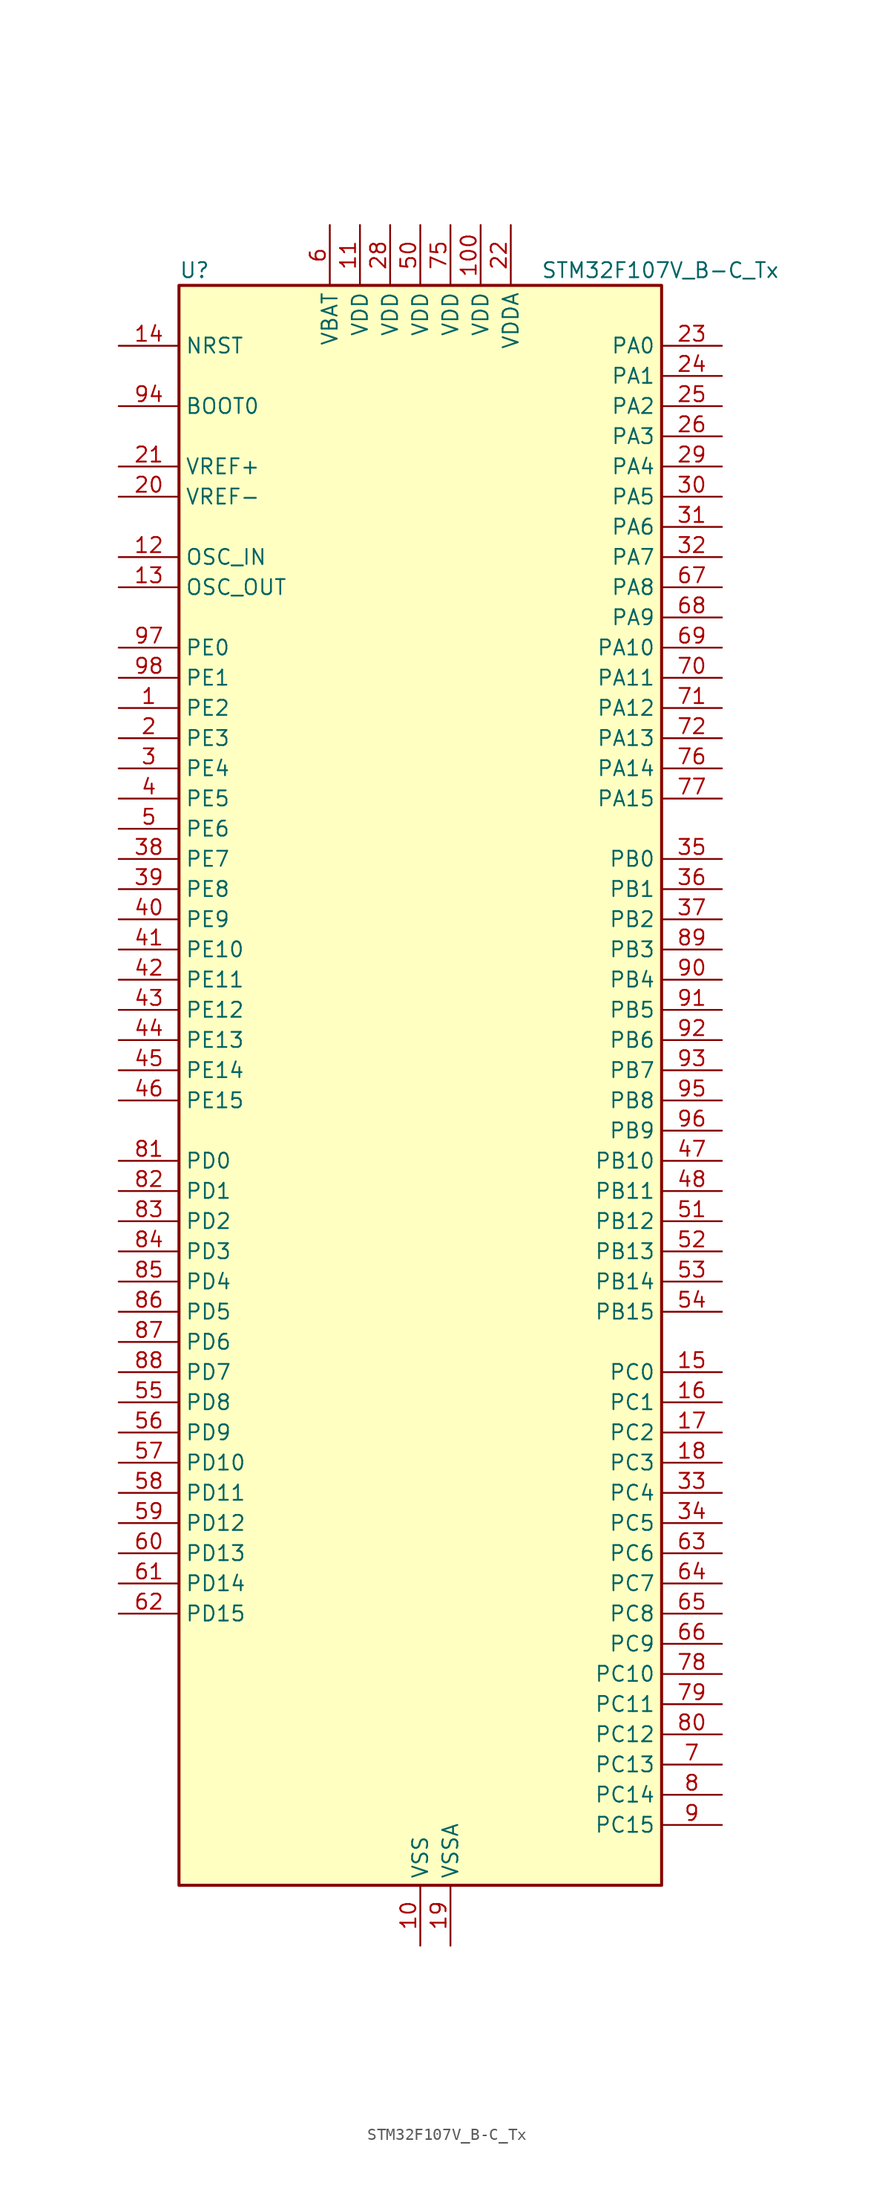
<source format=kicad_sym>
(kicad_symbol_lib
  (version 20241209)
  (generator "kicad_symbol_editor")
  (generator_version "9.0")
  (symbol "STM32F107V_B-C_Tx"
    (property "Reference" "U"
      (at -20.32 69.85 0)
      (effects (font (size 1.27 1.27)) (justify left)))
    (property "Value" "STM32F107V_B-C_Tx"
      (at 10.16 69.85 0)
      (effects (font (size 1.27 1.27)) (justify left)))
    (symbol "STM32F107V_B-C_Tx_0_1"
      (rectangle (start -20.32 -66.04) (end 20.32 68.58) (stroke (width 0.254) (type default)) (fill (type background))))
    (symbol "STM32F107V_B-C_Tx_1_1"
      (pin input line (at -25.4 63.5 0) (length 5.08) (name "NRST" (effects (font (size 1.27 1.27)))) (number "14" (effects (font (size 1.27 1.27)))))
      (pin input line (at -25.4 58.42 0) (length 5.08) (name "BOOT0" (effects (font (size 1.27 1.27)))) (number "94" (effects (font (size 1.27 1.27)))))
      (pin input line (at -25.4 53.34 0) (length 5.08) (name "VREF+" (effects (font (size 1.27 1.27)))) (number "21" (effects (font (size 1.27 1.27)))))
      (pin input line (at -25.4 50.8 0) (length 5.08) (name "VREF-" (effects (font (size 1.27 1.27)))) (number "20" (effects (font (size 1.27 1.27)))))
      (pin input line (at -25.4 45.72 0) (length 5.08) (name "OSC_IN" (effects (font (size 1.27 1.27)))) (number "12" (effects (font (size 1.27 1.27)))) (alternate "RCC_OSC_IN" bidirectional line))
      (pin input line (at -25.4 43.18 0) (length 5.08) (name "OSC_OUT" (effects (font (size 1.27 1.27)))) (number "13" (effects (font (size 1.27 1.27)))) (alternate "RCC_OSC_OUT" bidirectional line))
      (pin bidirectional line (at -25.4 38.1 0) (length 5.08) (name "PE0" (effects (font (size 1.27 1.27)))) (number "97" (effects (font (size 1.27 1.27)))) (alternate "TIM4_ETR" bidirectional line))
      (pin bidirectional line (at -25.4 35.56 0) (length 5.08) (name "PE1" (effects (font (size 1.27 1.27)))) (number "98" (effects (font (size 1.27 1.27)))))
      (pin bidirectional line (at -25.4 33.02 0) (length 5.08) (name "PE2" (effects (font (size 1.27 1.27)))) (number "1" (effects (font (size 1.27 1.27)))) (alternate "SYS_TRACECLK" bidirectional line))
      (pin bidirectional line (at -25.4 30.48 0) (length 5.08) (name "PE3" (effects (font (size 1.27 1.27)))) (number "2" (effects (font (size 1.27 1.27)))) (alternate "SYS_TRACED0" bidirectional line))
      (pin bidirectional line (at -25.4 27.94 0) (length 5.08) (name "PE4" (effects (font (size 1.27 1.27)))) (number "3" (effects (font (size 1.27 1.27)))) (alternate "SYS_TRACED1" bidirectional line))
      (pin bidirectional line (at -25.4 25.4 0) (length 5.08) (name "PE5" (effects (font (size 1.27 1.27)))) (number "4" (effects (font (size 1.27 1.27)))) (alternate "SYS_TRACED2" bidirectional line))
      (pin bidirectional line (at -25.4 22.86 0) (length 5.08) (name "PE6" (effects (font (size 1.27 1.27)))) (number "5" (effects (font (size 1.27 1.27)))) (alternate "SYS_TRACED3" bidirectional line))
      (pin bidirectional line (at -25.4 20.32 0) (length 5.08) (name "PE7" (effects (font (size 1.27 1.27)))) (number "38" (effects (font (size 1.27 1.27)))) (alternate "TIM1_ETR" bidirectional line))
      (pin bidirectional line (at -25.4 17.78 0) (length 5.08) (name "PE8" (effects (font (size 1.27 1.27)))) (number "39" (effects (font (size 1.27 1.27)))) (alternate "TIM1_CH1N" bidirectional line))
      (pin bidirectional line (at -25.4 15.24 0) (length 5.08) (name "PE9" (effects (font (size 1.27 1.27)))) (number "40" (effects (font (size 1.27 1.27)))) (alternate "DAC_EXTI9" bidirectional line) (alternate "TIM1_CH1" bidirectional line))
      (pin bidirectional line (at -25.4 12.7 0) (length 5.08) (name "PE10" (effects (font (size 1.27 1.27)))) (number "41" (effects (font (size 1.27 1.27)))) (alternate "TIM1_CH2N" bidirectional line))
      (pin bidirectional line (at -25.4 10.16 0) (length 5.08) (name "PE11" (effects (font (size 1.27 1.27)))) (number "42" (effects (font (size 1.27 1.27)))) (alternate "ADC1_EXTI11" bidirectional line) (alternate "ADC2_EXTI11" bidirectional line) (alternate "TIM1_CH2" bidirectional line))
      (pin bidirectional line (at -25.4 7.62 0) (length 5.08) (name "PE12" (effects (font (size 1.27 1.27)))) (number "43" (effects (font (size 1.27 1.27)))) (alternate "TIM1_CH3N" bidirectional line))
      (pin bidirectional line (at -25.4 5.08 0) (length 5.08) (name "PE13" (effects (font (size 1.27 1.27)))) (number "44" (effects (font (size 1.27 1.27)))) (alternate "TIM1_CH3" bidirectional line))
      (pin bidirectional line (at -25.4 2.54 0) (length 5.08) (name "PE14" (effects (font (size 1.27 1.27)))) (number "45" (effects (font (size 1.27 1.27)))) (alternate "TIM1_CH4" bidirectional line))
      (pin bidirectional line (at -25.4 0 0) (length 5.08) (name "PE15" (effects (font (size 1.27 1.27)))) (number "46" (effects (font (size 1.27 1.27)))) (alternate "ADC1_EXTI15" bidirectional line) (alternate "ADC2_EXTI15" bidirectional line) (alternate "TIM1_BKIN" bidirectional line))
      (pin bidirectional line (at -25.4 -5.08 0) (length 5.08) (name "PD0" (effects (font (size 1.27 1.27)))) (number "81" (effects (font (size 1.27 1.27)))) (alternate "CAN1_RX" bidirectional line))
      (pin bidirectional line (at -25.4 -7.62 0) (length 5.08) (name "PD1" (effects (font (size 1.27 1.27)))) (number "82" (effects (font (size 1.27 1.27)))) (alternate "CAN1_TX" bidirectional line))
      (pin bidirectional line (at -25.4 -10.16 0) (length 5.08) (name "PD2" (effects (font (size 1.27 1.27)))) (number "83" (effects (font (size 1.27 1.27)))) (alternate "TIM3_ETR" bidirectional line) (alternate "UART5_RX" bidirectional line))
      (pin bidirectional line (at -25.4 -12.7 0) (length 5.08) (name "PD3" (effects (font (size 1.27 1.27)))) (number "84" (effects (font (size 1.27 1.27)))) (alternate "USART2_CTS" bidirectional line))
      (pin bidirectional line (at -25.4 -15.24 0) (length 5.08) (name "PD4" (effects (font (size 1.27 1.27)))) (number "85" (effects (font (size 1.27 1.27)))) (alternate "USART2_RTS" bidirectional line))
      (pin bidirectional line (at -25.4 -17.78 0) (length 5.08) (name "PD5" (effects (font (size 1.27 1.27)))) (number "86" (effects (font (size 1.27 1.27)))) (alternate "USART2_TX" bidirectional line))
      (pin bidirectional line (at -25.4 -20.32 0) (length 5.08) (name "PD6" (effects (font (size 1.27 1.27)))) (number "87" (effects (font (size 1.27 1.27)))) (alternate "USART2_RX" bidirectional line))
      (pin bidirectional line (at -25.4 -22.86 0) (length 5.08) (name "PD7" (effects (font (size 1.27 1.27)))) (number "88" (effects (font (size 1.27 1.27)))) (alternate "USART2_CK" bidirectional line))
      (pin bidirectional line (at -25.4 -25.4 0) (length 5.08) (name "PD8" (effects (font (size 1.27 1.27)))) (number "55" (effects (font (size 1.27 1.27)))) (alternate "ETH_CRS_DV" bidirectional line) (alternate "ETH_RX_DV" bidirectional line) (alternate "USART3_TX" bidirectional line))
      (pin bidirectional line (at -25.4 -27.94 0) (length 5.08) (name "PD9" (effects (font (size 1.27 1.27)))) (number "56" (effects (font (size 1.27 1.27)))) (alternate "DAC_EXTI9" bidirectional line) (alternate "ETH_RXD0" bidirectional line) (alternate "USART3_RX" bidirectional line))
      (pin bidirectional line (at -25.4 -30.48 0) (length 5.08) (name "PD10" (effects (font (size 1.27 1.27)))) (number "57" (effects (font (size 1.27 1.27)))) (alternate "ETH_RXD1" bidirectional line) (alternate "USART3_CK" bidirectional line))
      (pin bidirectional line (at -25.4 -33.02 0) (length 5.08) (name "PD11" (effects (font (size 1.27 1.27)))) (number "58" (effects (font (size 1.27 1.27)))) (alternate "ADC1_EXTI11" bidirectional line) (alternate "ADC2_EXTI11" bidirectional line) (alternate "ETH_RXD2" bidirectional line) (alternate "USART3_CTS" bidirectional line))
      (pin bidirectional line (at -25.4 -35.56 0) (length 5.08) (name "PD12" (effects (font (size 1.27 1.27)))) (number "59" (effects (font (size 1.27 1.27)))) (alternate "ETH_RXD3" bidirectional line) (alternate "TIM4_CH1" bidirectional line) (alternate "USART3_RTS" bidirectional line))
      (pin bidirectional line (at -25.4 -38.1 0) (length 5.08) (name "PD13" (effects (font (size 1.27 1.27)))) (number "60" (effects (font (size 1.27 1.27)))) (alternate "TIM4_CH2" bidirectional line))
      (pin bidirectional line (at -25.4 -40.64 0) (length 5.08) (name "PD14" (effects (font (size 1.27 1.27)))) (number "61" (effects (font (size 1.27 1.27)))) (alternate "TIM4_CH3" bidirectional line))
      (pin bidirectional line (at -25.4 -43.18 0) (length 5.08) (name "PD15" (effects (font (size 1.27 1.27)))) (number "62" (effects (font (size 1.27 1.27)))) (alternate "ADC1_EXTI15" bidirectional line) (alternate "ADC2_EXTI15" bidirectional line) (alternate "TIM4_CH4" bidirectional line))
      (pin no_connect line (at -20.32 -66.04 0) (length 5.08) (hide yes) (name "NC" (effects (font (size 1.27 1.27)))) (number "73" (effects (font (size 1.27 1.27)))))
      (pin power_in line (at -7.62 73.66 270) (length 5.08) (name "VBAT" (effects (font (size 1.27 1.27)))) (number "6" (effects (font (size 1.27 1.27)))))
      (pin power_in line (at -5.08 73.66 270) (length 5.08) (name "VDD" (effects (font (size 1.27 1.27)))) (number "11" (effects (font (size 1.27 1.27)))))
      (pin power_in line (at -2.54 73.66 270) (length 5.08) (name "VDD" (effects (font (size 1.27 1.27)))) (number "28" (effects (font (size 1.27 1.27)))))
      (pin power_in line (at 0 73.66 270) (length 5.08) (name "VDD" (effects (font (size 1.27 1.27)))) (number "50" (effects (font (size 1.27 1.27)))))
      (pin power_in line (at 0 -71.12 90) (length 5.08) (name "VSS" (effects (font (size 1.27 1.27)))) (number "10" (effects (font (size 1.27 1.27)))))
      (pin passive line (at 0 -71.12 90) (length 5.08) (hide yes) (name "VSS" (effects (font (size 1.27 1.27)))) (number "27" (effects (font (size 1.27 1.27)))))
      (pin passive line (at 0 -71.12 90) (length 5.08) (hide yes) (name "VSS" (effects (font (size 1.27 1.27)))) (number "49" (effects (font (size 1.27 1.27)))))
      (pin passive line (at 0 -71.12 90) (length 5.08) (hide yes) (name "VSS" (effects (font (size 1.27 1.27)))) (number "74" (effects (font (size 1.27 1.27)))))
      (pin passive line (at 0 -71.12 90) (length 5.08) (hide yes) (name "VSS" (effects (font (size 1.27 1.27)))) (number "99" (effects (font (size 1.27 1.27)))))
      (pin power_in line (at 2.54 73.66 270) (length 5.08) (name "VDD" (effects (font (size 1.27 1.27)))) (number "75" (effects (font (size 1.27 1.27)))))
      (pin power_in line (at 2.54 -71.12 90) (length 5.08) (name "VSSA" (effects (font (size 1.27 1.27)))) (number "19" (effects (font (size 1.27 1.27)))))
      (pin power_in line (at 5.08 73.66 270) (length 5.08) (name "VDD" (effects (font (size 1.27 1.27)))) (number "100" (effects (font (size 1.27 1.27)))))
      (pin power_in line (at 7.62 73.66 270) (length 5.08) (name "VDDA" (effects (font (size 1.27 1.27)))) (number "22" (effects (font (size 1.27 1.27)))))
      (pin bidirectional line (at 25.4 63.5 180) (length 5.08) (name "PA0" (effects (font (size 1.27 1.27)))) (number "23" (effects (font (size 1.27 1.27)))) (alternate "ADC1_IN0" bidirectional line) (alternate "ADC2_IN0" bidirectional line) (alternate "ETH_CRS" bidirectional line) (alternate "SYS_WKUP" bidirectional line) (alternate "TIM2_CH1" bidirectional line) (alternate "TIM2_ETR" bidirectional line) (alternate "TIM5_CH1" bidirectional line) (alternate "USART2_CTS" bidirectional line))
      (pin bidirectional line (at 25.4 60.96 180) (length 5.08) (name "PA1" (effects (font (size 1.27 1.27)))) (number "24" (effects (font (size 1.27 1.27)))) (alternate "ADC1_IN1" bidirectional line) (alternate "ADC2_IN1" bidirectional line) (alternate "ETH_REF_CLK" bidirectional line) (alternate "ETH_RX_CLK" bidirectional line) (alternate "TIM2_CH2" bidirectional line) (alternate "TIM5_CH2" bidirectional line) (alternate "USART2_RTS" bidirectional line))
      (pin bidirectional line (at 25.4 58.42 180) (length 5.08) (name "PA2" (effects (font (size 1.27 1.27)))) (number "25" (effects (font (size 1.27 1.27)))) (alternate "ADC1_IN2" bidirectional line) (alternate "ADC2_IN2" bidirectional line) (alternate "ETH_MDIO" bidirectional line) (alternate "TIM2_CH3" bidirectional line) (alternate "TIM5_CH3" bidirectional line) (alternate "USART2_TX" bidirectional line))
      (pin bidirectional line (at 25.4 55.88 180) (length 5.08) (name "PA3" (effects (font (size 1.27 1.27)))) (number "26" (effects (font (size 1.27 1.27)))) (alternate "ADC1_IN3" bidirectional line) (alternate "ADC2_IN3" bidirectional line) (alternate "ETH_COL" bidirectional line) (alternate "TIM2_CH4" bidirectional line) (alternate "TIM5_CH4" bidirectional line) (alternate "USART2_RX" bidirectional line))
      (pin bidirectional line (at 25.4 53.34 180) (length 5.08) (name "PA4" (effects (font (size 1.27 1.27)))) (number "29" (effects (font (size 1.27 1.27)))) (alternate "ADC1_IN4" bidirectional line) (alternate "ADC2_IN4" bidirectional line) (alternate "DAC_OUT1" bidirectional line) (alternate "I2S3_WS" bidirectional line) (alternate "SPI1_NSS" bidirectional line) (alternate "SPI3_NSS" bidirectional line) (alternate "USART2_CK" bidirectional line))
      (pin bidirectional line (at 25.4 50.8 180) (length 5.08) (name "PA5" (effects (font (size 1.27 1.27)))) (number "30" (effects (font (size 1.27 1.27)))) (alternate "ADC1_IN5" bidirectional line) (alternate "ADC2_IN5" bidirectional line) (alternate "DAC_OUT2" bidirectional line) (alternate "SPI1_SCK" bidirectional line))
      (pin bidirectional line (at 25.4 48.26 180) (length 5.08) (name "PA6" (effects (font (size 1.27 1.27)))) (number "31" (effects (font (size 1.27 1.27)))) (alternate "ADC1_IN6" bidirectional line) (alternate "ADC2_IN6" bidirectional line) (alternate "SPI1_MISO" bidirectional line) (alternate "TIM1_BKIN" bidirectional line) (alternate "TIM3_CH1" bidirectional line))
      (pin bidirectional line (at 25.4 45.72 180) (length 5.08) (name "PA7" (effects (font (size 1.27 1.27)))) (number "32" (effects (font (size 1.27 1.27)))) (alternate "ADC1_IN7" bidirectional line) (alternate "ADC2_IN7" bidirectional line) (alternate "ETH_CRS_DV" bidirectional line) (alternate "ETH_RX_DV" bidirectional line) (alternate "SPI1_MOSI" bidirectional line) (alternate "TIM1_CH1N" bidirectional line) (alternate "TIM3_CH2" bidirectional line))
      (pin bidirectional line (at 25.4 43.18 180) (length 5.08) (name "PA8" (effects (font (size 1.27 1.27)))) (number "67" (effects (font (size 1.27 1.27)))) (alternate "RCC_MCO" bidirectional line) (alternate "TIM1_CH1" bidirectional line) (alternate "USART1_CK" bidirectional line) (alternate "USB_OTG_FS_SOF" bidirectional line))
      (pin bidirectional line (at 25.4 40.64 180) (length 5.08) (name "PA9" (effects (font (size 1.27 1.27)))) (number "68" (effects (font (size 1.27 1.27)))) (alternate "DAC_EXTI9" bidirectional line) (alternate "TIM1_CH2" bidirectional line) (alternate "USART1_TX" bidirectional line) (alternate "USB_OTG_FS_VBUS" bidirectional line))
      (pin bidirectional line (at 25.4 38.1 180) (length 5.08) (name "PA10" (effects (font (size 1.27 1.27)))) (number "69" (effects (font (size 1.27 1.27)))) (alternate "TIM1_CH3" bidirectional line) (alternate "USART1_RX" bidirectional line) (alternate "USB_OTG_FS_ID" bidirectional line))
      (pin bidirectional line (at 25.4 35.56 180) (length 5.08) (name "PA11" (effects (font (size 1.27 1.27)))) (number "70" (effects (font (size 1.27 1.27)))) (alternate "ADC1_EXTI11" bidirectional line) (alternate "ADC2_EXTI11" bidirectional line) (alternate "CAN1_RX" bidirectional line) (alternate "TIM1_CH4" bidirectional line) (alternate "USART1_CTS" bidirectional line) (alternate "USB_OTG_FS_DM" bidirectional line))
      (pin bidirectional line (at 25.4 33.02 180) (length 5.08) (name "PA12" (effects (font (size 1.27 1.27)))) (number "71" (effects (font (size 1.27 1.27)))) (alternate "CAN1_TX" bidirectional line) (alternate "TIM1_ETR" bidirectional line) (alternate "USART1_RTS" bidirectional line) (alternate "USB_OTG_FS_DP" bidirectional line))
      (pin bidirectional line (at 25.4 30.48 180) (length 5.08) (name "PA13" (effects (font (size 1.27 1.27)))) (number "72" (effects (font (size 1.27 1.27)))) (alternate "SYS_JTMS-SWDIO" bidirectional line))
      (pin bidirectional line (at 25.4 27.94 180) (length 5.08) (name "PA14" (effects (font (size 1.27 1.27)))) (number "76" (effects (font (size 1.27 1.27)))) (alternate "SYS_JTCK-SWCLK" bidirectional line))
      (pin bidirectional line (at 25.4 25.4 180) (length 5.08) (name "PA15" (effects (font (size 1.27 1.27)))) (number "77" (effects (font (size 1.27 1.27)))) (alternate "ADC1_EXTI15" bidirectional line) (alternate "ADC2_EXTI15" bidirectional line) (alternate "I2S3_WS" bidirectional line) (alternate "SPI1_NSS" bidirectional line) (alternate "SPI3_NSS" bidirectional line) (alternate "SYS_JTDI" bidirectional line) (alternate "TIM2_CH1" bidirectional line) (alternate "TIM2_ETR" bidirectional line))
      (pin bidirectional line (at 25.4 20.32 180) (length 5.08) (name "PB0" (effects (font (size 1.27 1.27)))) (number "35" (effects (font (size 1.27 1.27)))) (alternate "ADC1_IN8" bidirectional line) (alternate "ADC2_IN8" bidirectional line) (alternate "ETH_RXD2" bidirectional line) (alternate "TIM1_CH2N" bidirectional line) (alternate "TIM3_CH3" bidirectional line))
      (pin bidirectional line (at 25.4 17.78 180) (length 5.08) (name "PB1" (effects (font (size 1.27 1.27)))) (number "36" (effects (font (size 1.27 1.27)))) (alternate "ADC1_IN9" bidirectional line) (alternate "ADC2_IN9" bidirectional line) (alternate "ETH_RXD3" bidirectional line) (alternate "TIM1_CH3N" bidirectional line) (alternate "TIM3_CH4" bidirectional line))
      (pin bidirectional line (at 25.4 15.24 180) (length 5.08) (name "PB2" (effects (font (size 1.27 1.27)))) (number "37" (effects (font (size 1.27 1.27)))))
      (pin bidirectional line (at 25.4 12.7 180) (length 5.08) (name "PB3" (effects (font (size 1.27 1.27)))) (number "89" (effects (font (size 1.27 1.27)))) (alternate "I2S3_CK" bidirectional line) (alternate "SPI1_SCK" bidirectional line) (alternate "SPI3_SCK" bidirectional line) (alternate "SYS_JTDO" bidirectional line) (alternate "SYS_TRACESWO" bidirectional line) (alternate "TIM2_CH2" bidirectional line))
      (pin bidirectional line (at 25.4 10.16 180) (length 5.08) (name "PB4" (effects (font (size 1.27 1.27)))) (number "90" (effects (font (size 1.27 1.27)))) (alternate "SPI1_MISO" bidirectional line) (alternate "SPI3_MISO" bidirectional line) (alternate "SYS_NJTRST" bidirectional line) (alternate "TIM3_CH1" bidirectional line))
      (pin bidirectional line (at 25.4 7.62 180) (length 5.08) (name "PB5" (effects (font (size 1.27 1.27)))) (number "91" (effects (font (size 1.27 1.27)))) (alternate "CAN2_RX" bidirectional line) (alternate "ETH_PPS_OUT" bidirectional line) (alternate "I2C1_SMBA" bidirectional line) (alternate "I2S3_SD" bidirectional line) (alternate "SPI1_MOSI" bidirectional line) (alternate "SPI3_MOSI" bidirectional line) (alternate "TIM3_CH2" bidirectional line))
      (pin bidirectional line (at 25.4 5.08 180) (length 5.08) (name "PB6" (effects (font (size 1.27 1.27)))) (number "92" (effects (font (size 1.27 1.27)))) (alternate "CAN2_TX" bidirectional line) (alternate "I2C1_SCL" bidirectional line) (alternate "TIM4_CH1" bidirectional line) (alternate "USART1_TX" bidirectional line))
      (pin bidirectional line (at 25.4 2.54 180) (length 5.08) (name "PB7" (effects (font (size 1.27 1.27)))) (number "93" (effects (font (size 1.27 1.27)))) (alternate "I2C1_SDA" bidirectional line) (alternate "TIM4_CH2" bidirectional line) (alternate "USART1_RX" bidirectional line))
      (pin bidirectional line (at 25.4 0 180) (length 5.08) (name "PB8" (effects (font (size 1.27 1.27)))) (number "95" (effects (font (size 1.27 1.27)))) (alternate "CAN1_RX" bidirectional line) (alternate "ETH_TXD3" bidirectional line) (alternate "I2C1_SCL" bidirectional line) (alternate "TIM4_CH3" bidirectional line))
      (pin bidirectional line (at 25.4 -2.54 180) (length 5.08) (name "PB9" (effects (font (size 1.27 1.27)))) (number "96" (effects (font (size 1.27 1.27)))) (alternate "CAN1_TX" bidirectional line) (alternate "DAC_EXTI9" bidirectional line) (alternate "I2C1_SDA" bidirectional line) (alternate "TIM4_CH4" bidirectional line))
      (pin bidirectional line (at 25.4 -5.08 180) (length 5.08) (name "PB10" (effects (font (size 1.27 1.27)))) (number "47" (effects (font (size 1.27 1.27)))) (alternate "ETH_RX_ER" bidirectional line) (alternate "TIM2_CH3" bidirectional line) (alternate "USART3_TX" bidirectional line))
      (pin bidirectional line (at 25.4 -7.62 180) (length 5.08) (name "PB11" (effects (font (size 1.27 1.27)))) (number "48" (effects (font (size 1.27 1.27)))) (alternate "ADC1_EXTI11" bidirectional line) (alternate "ADC2_EXTI11" bidirectional line) (alternate "ETH_TX_EN" bidirectional line) (alternate "TIM2_CH4" bidirectional line) (alternate "USART3_RX" bidirectional line))
      (pin bidirectional line (at 25.4 -10.16 180) (length 5.08) (name "PB12" (effects (font (size 1.27 1.27)))) (number "51" (effects (font (size 1.27 1.27)))) (alternate "CAN2_RX" bidirectional line) (alternate "ETH_TXD0" bidirectional line) (alternate "I2S2_WS" bidirectional line) (alternate "SPI2_NSS" bidirectional line) (alternate "TIM1_BKIN" bidirectional line) (alternate "USART3_CK" bidirectional line))
      (pin bidirectional line (at 25.4 -12.7 180) (length 5.08) (name "PB13" (effects (font (size 1.27 1.27)))) (number "52" (effects (font (size 1.27 1.27)))) (alternate "CAN2_TX" bidirectional line) (alternate "ETH_TXD1" bidirectional line) (alternate "I2S2_CK" bidirectional line) (alternate "SPI2_SCK" bidirectional line) (alternate "TIM1_CH1N" bidirectional line) (alternate "USART3_CTS" bidirectional line))
      (pin bidirectional line (at 25.4 -15.24 180) (length 5.08) (name "PB14" (effects (font (size 1.27 1.27)))) (number "53" (effects (font (size 1.27 1.27)))) (alternate "SPI2_MISO" bidirectional line) (alternate "TIM1_CH2N" bidirectional line) (alternate "USART3_RTS" bidirectional line))
      (pin bidirectional line (at 25.4 -17.78 180) (length 5.08) (name "PB15" (effects (font (size 1.27 1.27)))) (number "54" (effects (font (size 1.27 1.27)))) (alternate "ADC1_EXTI15" bidirectional line) (alternate "ADC2_EXTI15" bidirectional line) (alternate "I2S2_SD" bidirectional line) (alternate "SPI2_MOSI" bidirectional line) (alternate "TIM1_CH3N" bidirectional line))
      (pin bidirectional line (at 25.4 -22.86 180) (length 5.08) (name "PC0" (effects (font (size 1.27 1.27)))) (number "15" (effects (font (size 1.27 1.27)))) (alternate "ADC1_IN10" bidirectional line) (alternate "ADC2_IN10" bidirectional line))
      (pin bidirectional line (at 25.4 -25.4 180) (length 5.08) (name "PC1" (effects (font (size 1.27 1.27)))) (number "16" (effects (font (size 1.27 1.27)))) (alternate "ADC1_IN11" bidirectional line) (alternate "ADC2_IN11" bidirectional line) (alternate "ETH_MDC" bidirectional line))
      (pin bidirectional line (at 25.4 -27.94 180) (length 5.08) (name "PC2" (effects (font (size 1.27 1.27)))) (number "17" (effects (font (size 1.27 1.27)))) (alternate "ADC1_IN12" bidirectional line) (alternate "ADC2_IN12" bidirectional line) (alternate "ETH_TXD2" bidirectional line))
      (pin bidirectional line (at 25.4 -30.48 180) (length 5.08) (name "PC3" (effects (font (size 1.27 1.27)))) (number "18" (effects (font (size 1.27 1.27)))) (alternate "ADC1_IN13" bidirectional line) (alternate "ADC2_IN13" bidirectional line) (alternate "ETH_TX_CLK" bidirectional line))
      (pin bidirectional line (at 25.4 -33.02 180) (length 5.08) (name "PC4" (effects (font (size 1.27 1.27)))) (number "33" (effects (font (size 1.27 1.27)))) (alternate "ADC1_IN14" bidirectional line) (alternate "ADC2_IN14" bidirectional line) (alternate "ETH_RXD0" bidirectional line))
      (pin bidirectional line (at 25.4 -35.56 180) (length 5.08) (name "PC5" (effects (font (size 1.27 1.27)))) (number "34" (effects (font (size 1.27 1.27)))) (alternate "ADC1_IN15" bidirectional line) (alternate "ADC2_IN15" bidirectional line) (alternate "ETH_RXD1" bidirectional line))
      (pin bidirectional line (at 25.4 -38.1 180) (length 5.08) (name "PC6" (effects (font (size 1.27 1.27)))) (number "63" (effects (font (size 1.27 1.27)))) (alternate "I2S2_MCK" bidirectional line) (alternate "TIM3_CH1" bidirectional line))
      (pin bidirectional line (at 25.4 -40.64 180) (length 5.08) (name "PC7" (effects (font (size 1.27 1.27)))) (number "64" (effects (font (size 1.27 1.27)))) (alternate "I2S3_MCK" bidirectional line) (alternate "TIM3_CH2" bidirectional line))
      (pin bidirectional line (at 25.4 -43.18 180) (length 5.08) (name "PC8" (effects (font (size 1.27 1.27)))) (number "65" (effects (font (size 1.27 1.27)))) (alternate "TIM3_CH3" bidirectional line))
      (pin bidirectional line (at 25.4 -45.72 180) (length 5.08) (name "PC9" (effects (font (size 1.27 1.27)))) (number "66" (effects (font (size 1.27 1.27)))) (alternate "DAC_EXTI9" bidirectional line) (alternate "TIM3_CH4" bidirectional line))
      (pin bidirectional line (at 25.4 -48.26 180) (length 5.08) (name "PC10" (effects (font (size 1.27 1.27)))) (number "78" (effects (font (size 1.27 1.27)))) (alternate "I2S3_CK" bidirectional line) (alternate "SPI3_SCK" bidirectional line) (alternate "UART4_TX" bidirectional line) (alternate "USART3_TX" bidirectional line))
      (pin bidirectional line (at 25.4 -50.8 180) (length 5.08) (name "PC11" (effects (font (size 1.27 1.27)))) (number "79" (effects (font (size 1.27 1.27)))) (alternate "ADC1_EXTI11" bidirectional line) (alternate "ADC2_EXTI11" bidirectional line) (alternate "SPI3_MISO" bidirectional line) (alternate "UART4_RX" bidirectional line) (alternate "USART3_RX" bidirectional line))
      (pin bidirectional line (at 25.4 -53.34 180) (length 5.08) (name "PC12" (effects (font (size 1.27 1.27)))) (number "80" (effects (font (size 1.27 1.27)))) (alternate "I2S3_SD" bidirectional line) (alternate "SPI3_MOSI" bidirectional line) (alternate "UART5_TX" bidirectional line) (alternate "USART3_CK" bidirectional line))
      (pin bidirectional line (at 25.4 -55.88 180) (length 5.08) (name "PC13" (effects (font (size 1.27 1.27)))) (number "7" (effects (font (size 1.27 1.27)))) (alternate "RTC_OUT" bidirectional line) (alternate "RTC_TAMPER" bidirectional line))
      (pin bidirectional line (at 25.4 -58.42 180) (length 5.08) (name "PC14" (effects (font (size 1.27 1.27)))) (number "8" (effects (font (size 1.27 1.27)))) (alternate "RCC_OSC32_IN" bidirectional line))
      (pin bidirectional line (at 25.4 -60.96 180) (length 5.08) (name "PC15" (effects (font (size 1.27 1.27)))) (number "9" (effects (font (size 1.27 1.27)))) (alternate "ADC1_EXTI15" bidirectional line) (alternate "ADC2_EXTI15" bidirectional line) (alternate "RCC_OSC32_OUT" bidirectional line)))))
</source>
